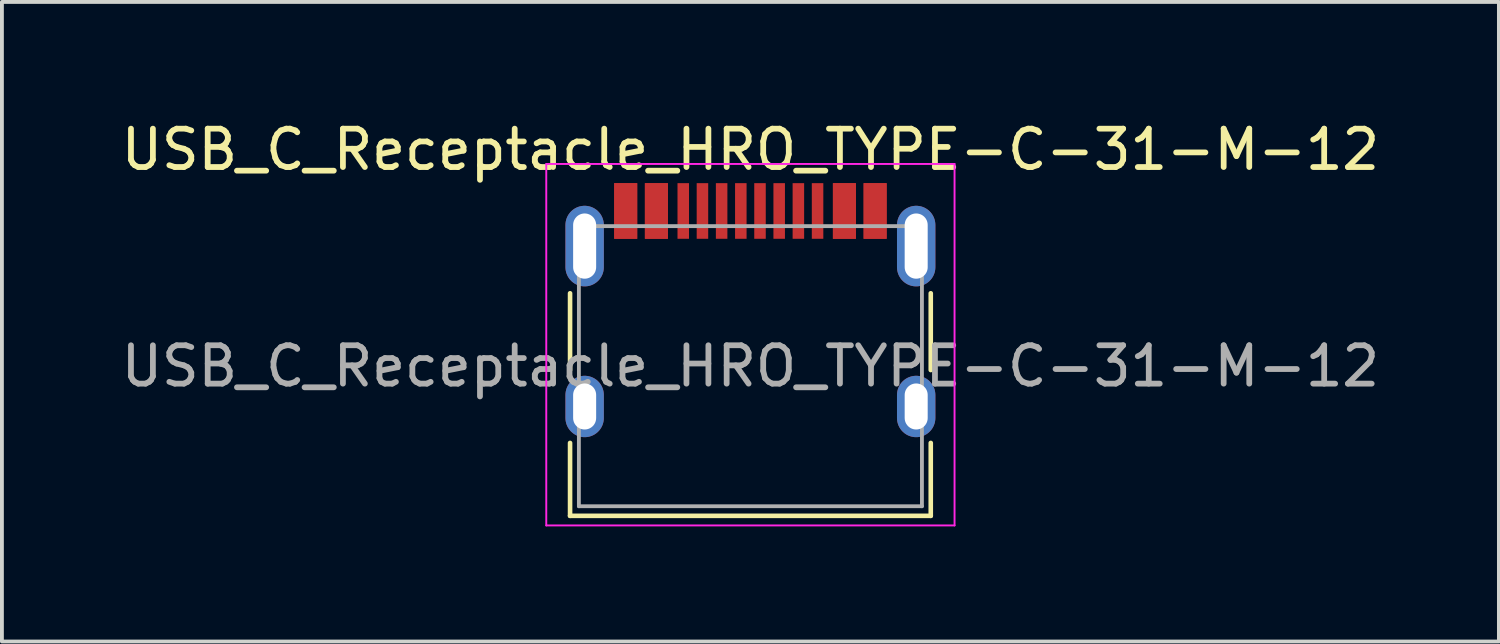
<source format=kicad_pcb>
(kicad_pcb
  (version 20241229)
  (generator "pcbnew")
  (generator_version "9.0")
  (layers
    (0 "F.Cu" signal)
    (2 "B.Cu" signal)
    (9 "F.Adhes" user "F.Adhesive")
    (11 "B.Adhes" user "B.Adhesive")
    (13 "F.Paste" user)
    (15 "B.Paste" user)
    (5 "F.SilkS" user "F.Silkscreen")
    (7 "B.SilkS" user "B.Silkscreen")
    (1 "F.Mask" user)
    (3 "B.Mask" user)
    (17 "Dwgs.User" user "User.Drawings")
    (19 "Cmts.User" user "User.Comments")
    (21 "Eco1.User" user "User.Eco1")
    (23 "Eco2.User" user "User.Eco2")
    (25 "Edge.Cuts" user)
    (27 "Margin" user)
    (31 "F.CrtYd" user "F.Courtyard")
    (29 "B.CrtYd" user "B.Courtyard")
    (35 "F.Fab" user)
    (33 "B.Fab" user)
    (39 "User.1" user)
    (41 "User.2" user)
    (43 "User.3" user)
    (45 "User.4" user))
  (footprint "USB_C_Receptacle_HRO_TYPE-C-31-M-12"
    (layer "F.Cu")
    (at 16.506 6.493)
    (property "Reference" "USB_C_Receptacle_HRO_TYPE-C-31-M-12" (at 0 -5.645 0) (layer "F.SilkS") (effects (font (size 1 1) (thickness 0.15))))
    (attr smd)
    (fp_line (start -4.7 -1.9) (end -4.7 0.1) (stroke (width 0.12) (type solid)) (layer "F.SilkS"))
    (fp_line (start -4.7 2) (end -4.7 3.9) (stroke (width 0.12) (type solid)) (layer "F.SilkS"))
    (fp_line (start -4.7 3.9) (end 4.7 3.9) (stroke (width 0.12) (type solid)) (layer "F.SilkS"))
    (fp_line (start 4.7 -1.9) (end 4.7 0.1) (stroke (width 0.12) (type solid)) (layer "F.SilkS"))
    (fp_line (start 4.7 2) (end 4.7 3.9) (stroke (width 0.12) (type solid)) (layer "F.SilkS"))
    (fp_line (start -5.32 -5.27) (end -5.32 4.15) (stroke (width 0.05) (type solid)) (layer "F.CrtYd"))
    (fp_line (start -5.32 -5.27) (end 5.32 -5.27) (stroke (width 0.05) (type solid)) (layer "F.CrtYd"))
    (fp_line (start -5.32 4.15) (end 5.32 4.15) (stroke (width 0.05) (type solid)) (layer "F.CrtYd"))
    (fp_line (start 5.32 -5.27) (end 5.32 4.15) (stroke (width 0.05) (type solid)) (layer "F.CrtYd"))
    (fp_line (start -4.47 -3.65) (end -4.47 3.65) (stroke (width 0.1) (type solid)) (layer "F.Fab"))
    (fp_line (start -4.47 -3.65) (end 4.47 -3.65) (stroke (width 0.1) (type solid)) (layer "F.Fab"))
    (fp_line (start -4.47 3.65) (end 4.47 3.65) (stroke (width 0.1) (type solid)) (layer "F.Fab"))
    (fp_line (start 4.47 -3.65) (end 4.47 3.65) (stroke (width 0.1) (type solid)) (layer "F.Fab"))
    (fp_text user "${REFERENCE}" (at 0 0 0) (layer "F.Fab") (effects (font (size 1 1) (thickness 0.15))))
    (pad "A1" smd rect (at -3.25 -4.045) (size 0.6 1.45) (layers "F.Cu" "F.Mask" "F.Paste"))
    (pad "A4" smd rect (at -2.45 -4.045) (size 0.6 1.45) (layers "F.Cu" "F.Mask" "F.Paste"))
    (pad "A5" smd rect (at -1.25 -4.045) (size 0.3 1.45) (layers "F.Cu" "F.Mask" "F.Paste"))
    (pad "A6" smd rect (at -0.25 -4.045) (size 0.3 1.45) (layers "F.Cu" "F.Mask" "F.Paste"))
    (pad "A7" smd rect (at 0.25 -4.045) (size 0.3 1.45) (layers "F.Cu" "F.Mask" "F.Paste"))
    (pad "A8" smd rect (at 1.25 -4.045) (size 0.3 1.45) (layers "F.Cu" "F.Mask" "F.Paste"))
    (pad "A9" smd rect (at 2.45 -4.045) (size 0.6 1.45) (layers "F.Cu" "F.Mask" "F.Paste"))
    (pad "A12" smd rect (at 3.25 -4.045) (size 0.6 1.45) (layers "F.Cu" "F.Mask" "F.Paste"))
    (pad "B1" smd rect (at 3.25 -4.045) (size 0.6 1.45) (layers "F.Cu" "F.Mask" "F.Paste"))
    (pad "B4" smd rect (at 2.45 -4.045) (size 0.6 1.45) (layers "F.Cu" "F.Mask" "F.Paste"))
    (pad "B5" smd rect (at 1.75 -4.045) (size 0.3 1.45) (layers "F.Cu" "F.Mask" "F.Paste"))
    (pad "B6" smd rect (at 0.75 -4.045) (size 0.3 1.45) (layers "F.Cu" "F.Mask" "F.Paste"))
    (pad "B7" smd rect (at -0.75 -4.045) (size 0.3 1.45) (layers "F.Cu" "F.Mask" "F.Paste"))
    (pad "B8" smd rect (at -1.75 -4.045) (size 0.3 1.45) (layers "F.Cu" "F.Mask" "F.Paste"))
    (pad "B9" smd rect (at -2.45 -4.045) (size 0.6 1.45) (layers "F.Cu" "F.Mask" "F.Paste"))
    (pad "B12" smd rect (at -3.25 -4.045) (size 0.6 1.45) (layers "F.Cu" "F.Mask" "F.Paste"))
    (pad "S1" thru_hole oval (at -4.32 -3.13) (size 1 2.1) (drill oval 0.6 1.7) (layers "*.Cu" "*.Mask"))
    (pad "S1" thru_hole oval (at -4.32 1.05) (size 1 1.6) (drill oval 0.6 1.2) (layers "*.Cu" "*.Mask"))
    (pad "S1" thru_hole oval (at 4.32 -3.13) (size 1 2.1) (drill oval 0.6 1.7) (layers "*.Cu" "*.Mask"))
    (pad "S1" thru_hole oval (at 4.32 1.05) (size 1 1.6) (drill oval 0.6 1.2) (layers "*.Cu" "*.Mask")))
  (gr_rect
    (start -3 -3)
    (end 36.012 13.668)
    (stroke (width 0.1) (type default))
    (fill no)
    (layer "Edge.Cuts")))
</source>
